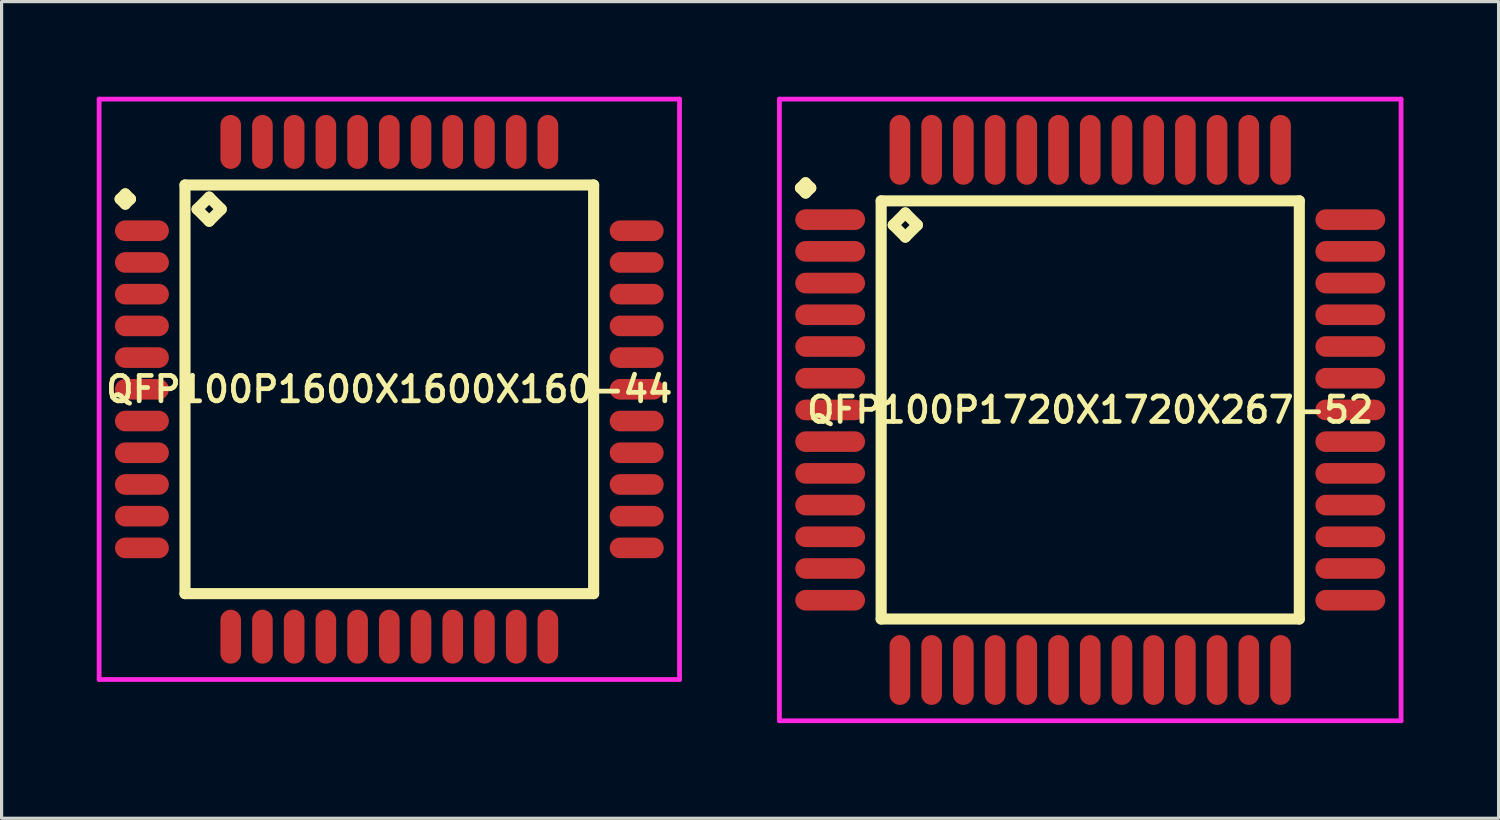
<source format=kicad_pcb>
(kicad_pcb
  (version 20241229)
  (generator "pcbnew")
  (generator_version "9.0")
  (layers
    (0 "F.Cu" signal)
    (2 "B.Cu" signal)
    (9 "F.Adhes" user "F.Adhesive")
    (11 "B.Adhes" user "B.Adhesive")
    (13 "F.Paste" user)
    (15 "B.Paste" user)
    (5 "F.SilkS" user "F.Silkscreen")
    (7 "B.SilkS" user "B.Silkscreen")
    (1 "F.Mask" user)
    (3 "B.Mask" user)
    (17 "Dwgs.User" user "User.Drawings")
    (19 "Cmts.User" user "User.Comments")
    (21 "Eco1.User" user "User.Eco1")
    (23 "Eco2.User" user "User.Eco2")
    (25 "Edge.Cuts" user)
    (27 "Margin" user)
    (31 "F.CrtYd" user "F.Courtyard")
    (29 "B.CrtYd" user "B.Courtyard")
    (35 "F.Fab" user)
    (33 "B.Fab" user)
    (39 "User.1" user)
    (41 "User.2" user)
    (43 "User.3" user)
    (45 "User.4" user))
  (footprint "QFP100P1600X1600X160-44"
    (layer "F.Cu")
    (at 9.225 9.225)
    (property "Reference" "QFP100P1600X1600X160-44" (at 0 0 0) (layer "F.SilkS") (effects (font (size 0.8 0.8) (thickness 0.15))))
    (attr smd)
    (fp_line (start -8.488 -6) (end -8.325 -6.162) (stroke (width 0.35) (type solid)) (layer "F.SilkS"))
    (fp_line (start -8.325 -6.162) (end -8.162 -6) (stroke (width 0.35) (type solid)) (layer "F.SilkS"))
    (fp_line (start -8.325 -5.838) (end -8.488 -6) (stroke (width 0.35) (type solid)) (layer "F.SilkS"))
    (fp_line (start -8.162 -6) (end -8.325 -5.838) (stroke (width 0.35) (type solid)) (layer "F.SilkS"))
    (fp_line (start -6.442 -6.442) (end -6.442 6.442) (stroke (width 0.35) (type solid)) (layer "F.SilkS"))
    (fp_line (start -6.442 6.442) (end 6.442 6.442) (stroke (width 0.35) (type solid)) (layer "F.SilkS"))
    (fp_line (start -6.061 -5.68) (end -5.68 -6.061) (stroke (width 0.35) (type solid)) (layer "F.SilkS"))
    (fp_line (start -5.68 -6.061) (end -5.299 -5.68) (stroke (width 0.35) (type solid)) (layer "F.SilkS"))
    (fp_line (start -5.68 -5.299) (end -6.061 -5.68) (stroke (width 0.35) (type solid)) (layer "F.SilkS"))
    (fp_line (start -5.299 -5.68) (end -5.68 -5.299) (stroke (width 0.35) (type solid)) (layer "F.SilkS"))
    (fp_line (start 6.442 -6.442) (end -6.442 -6.442) (stroke (width 0.35) (type solid)) (layer "F.SilkS"))
    (fp_line (start 6.442 6.442) (end 6.442 -6.442) (stroke (width 0.35) (type solid)) (layer "F.SilkS"))
    (fp_line (start -9.15 -9.15) (end 9.15 -9.15) (stroke (width 0.15) (type solid)) (layer "F.CrtYd"))
    (fp_line (start -9.15 9.15) (end -9.15 -9.15) (stroke (width 0.15) (type solid)) (layer "F.CrtYd"))
    (fp_line (start 9.15 -9.15) (end 9.15 9.15) (stroke (width 0.15) (type solid)) (layer "F.CrtYd"))
    (fp_line (start 9.15 9.15) (end -9.15 9.15) (stroke (width 0.15) (type solid)) (layer "F.CrtYd"))
    (pad "1" smd oval (at -7.8 -5) (size 1.7 0.65) (layers "F.Cu" "F.Mask" "F.Paste"))
    (pad "2" smd oval (at -7.8 -4) (size 1.7 0.65) (layers "F.Cu" "F.Mask" "F.Paste"))
    (pad "3" smd oval (at -7.8 -3) (size 1.7 0.65) (layers "F.Cu" "F.Mask" "F.Paste"))
    (pad "4" smd oval (at -7.8 -2) (size 1.7 0.65) (layers "F.Cu" "F.Mask" "F.Paste"))
    (pad "5" smd oval (at -7.8 -1) (size 1.7 0.65) (layers "F.Cu" "F.Mask" "F.Paste"))
    (pad "6" smd oval (at -7.8 0) (size 1.7 0.65) (layers "F.Cu" "F.Mask" "F.Paste"))
    (pad "7" smd oval (at -7.8 1) (size 1.7 0.65) (layers "F.Cu" "F.Mask" "F.Paste"))
    (pad "8" smd oval (at -7.8 2) (size 1.7 0.65) (layers "F.Cu" "F.Mask" "F.Paste"))
    (pad "9" smd oval (at -7.8 3) (size 1.7 0.65) (layers "F.Cu" "F.Mask" "F.Paste"))
    (pad "10" smd oval (at -7.8 4) (size 1.7 0.65) (layers "F.Cu" "F.Mask" "F.Paste"))
    (pad "11" smd oval (at -7.8 5) (size 1.7 0.65) (layers "F.Cu" "F.Mask" "F.Paste"))
    (pad "12" smd oval (at -5 7.8) (size 0.65 1.7) (layers "F.Cu" "F.Mask" "F.Paste"))
    (pad "13" smd oval (at -4 7.8) (size 0.65 1.7) (layers "F.Cu" "F.Mask" "F.Paste"))
    (pad "14" smd oval (at -3 7.8) (size 0.65 1.7) (layers "F.Cu" "F.Mask" "F.Paste"))
    (pad "15" smd oval (at -2 7.8) (size 0.65 1.7) (layers "F.Cu" "F.Mask" "F.Paste"))
    (pad "16" smd oval (at -1 7.8) (size 0.65 1.7) (layers "F.Cu" "F.Mask" "F.Paste"))
    (pad "17" smd oval (at 0 7.8) (size 0.65 1.7) (layers "F.Cu" "F.Mask" "F.Paste"))
    (pad "18" smd oval (at 1 7.8) (size 0.65 1.7) (layers "F.Cu" "F.Mask" "F.Paste"))
    (pad "19" smd oval (at 2 7.8) (size 0.65 1.7) (layers "F.Cu" "F.Mask" "F.Paste"))
    (pad "20" smd oval (at 3 7.8) (size 0.65 1.7) (layers "F.Cu" "F.Mask" "F.Paste"))
    (pad "21" smd oval (at 4 7.8) (size 0.65 1.7) (layers "F.Cu" "F.Mask" "F.Paste"))
    (pad "22" smd oval (at 5 7.8) (size 0.65 1.7) (layers "F.Cu" "F.Mask" "F.Paste"))
    (pad "23" smd oval (at 7.8 5) (size 1.7 0.65) (layers "F.Cu" "F.Mask" "F.Paste"))
    (pad "24" smd oval (at 7.8 4) (size 1.7 0.65) (layers "F.Cu" "F.Mask" "F.Paste"))
    (pad "25" smd oval (at 7.8 3) (size 1.7 0.65) (layers "F.Cu" "F.Mask" "F.Paste"))
    (pad "26" smd oval (at 7.8 2) (size 1.7 0.65) (layers "F.Cu" "F.Mask" "F.Paste"))
    (pad "27" smd oval (at 7.8 1) (size 1.7 0.65) (layers "F.Cu" "F.Mask" "F.Paste"))
    (pad "28" smd oval (at 7.8 0) (size 1.7 0.65) (layers "F.Cu" "F.Mask" "F.Paste"))
    (pad "29" smd oval (at 7.8 -1) (size 1.7 0.65) (layers "F.Cu" "F.Mask" "F.Paste"))
    (pad "30" smd oval (at 7.8 -2) (size 1.7 0.65) (layers "F.Cu" "F.Mask" "F.Paste"))
    (pad "31" smd oval (at 7.8 -3) (size 1.7 0.65) (layers "F.Cu" "F.Mask" "F.Paste"))
    (pad "32" smd oval (at 7.8 -4) (size 1.7 0.65) (layers "F.Cu" "F.Mask" "F.Paste"))
    (pad "33" smd oval (at 7.8 -5) (size 1.7 0.65) (layers "F.Cu" "F.Mask" "F.Paste"))
    (pad "34" smd oval (at 5 -7.8) (size 0.65 1.7) (layers "F.Cu" "F.Mask" "F.Paste"))
    (pad "35" smd oval (at 4 -7.8) (size 0.65 1.7) (layers "F.Cu" "F.Mask" "F.Paste"))
    (pad "36" smd oval (at 3 -7.8) (size 0.65 1.7) (layers "F.Cu" "F.Mask" "F.Paste"))
    (pad "37" smd oval (at 2 -7.8) (size 0.65 1.7) (layers "F.Cu" "F.Mask" "F.Paste"))
    (pad "38" smd oval (at 1 -7.8) (size 0.65 1.7) (layers "F.Cu" "F.Mask" "F.Paste"))
    (pad "39" smd oval (at 0 -7.8) (size 0.65 1.7) (layers "F.Cu" "F.Mask" "F.Paste"))
    (pad "40" smd oval (at -1 -7.8) (size 0.65 1.7) (layers "F.Cu" "F.Mask" "F.Paste"))
    (pad "41" smd oval (at -2 -7.8) (size 0.65 1.7) (layers "F.Cu" "F.Mask" "F.Paste"))
    (pad "42" smd oval (at -3 -7.8) (size 0.65 1.7) (layers "F.Cu" "F.Mask" "F.Paste"))
    (pad "43" smd oval (at -4 -7.8) (size 0.65 1.7) (layers "F.Cu" "F.Mask" "F.Paste"))
    (pad "44" smd oval (at -5 -7.8) (size 0.65 1.7) (layers "F.Cu" "F.Mask" "F.Paste")))
  (footprint "QFP100P1720X1720X267-52"
    (layer "F.Cu")
    (at 31.325 9.875)
    (property "Reference" "QFP100P1720X1720X267-52" (at 0 0 0) (layer "F.SilkS") (effects (font (size 0.8 0.8) (thickness 0.15))))
    (attr smd)
    (fp_line (start -9.137 -7) (end -8.975 -7.162) (stroke (width 0.35) (type solid)) (layer "F.SilkS"))
    (fp_line (start -8.975 -7.162) (end -8.812 -7) (stroke (width 0.35) (type solid)) (layer "F.SilkS"))
    (fp_line (start -8.975 -6.838) (end -9.137 -7) (stroke (width 0.35) (type solid)) (layer "F.SilkS"))
    (fp_line (start -8.812 -7) (end -8.975 -6.838) (stroke (width 0.35) (type solid)) (layer "F.SilkS"))
    (fp_line (start -6.592 -6.592) (end -6.592 6.592) (stroke (width 0.35) (type solid)) (layer "F.SilkS"))
    (fp_line (start -6.592 6.592) (end 6.592 6.592) (stroke (width 0.35) (type solid)) (layer "F.SilkS"))
    (fp_line (start -6.211 -5.83) (end -5.83 -6.211) (stroke (width 0.35) (type solid)) (layer "F.SilkS"))
    (fp_line (start -5.83 -6.211) (end -5.449 -5.83) (stroke (width 0.35) (type solid)) (layer "F.SilkS"))
    (fp_line (start -5.83 -5.449) (end -6.211 -5.83) (stroke (width 0.35) (type solid)) (layer "F.SilkS"))
    (fp_line (start -5.449 -5.83) (end -5.83 -5.449) (stroke (width 0.35) (type solid)) (layer "F.SilkS"))
    (fp_line (start 6.592 -6.592) (end -6.592 -6.592) (stroke (width 0.35) (type solid)) (layer "F.SilkS"))
    (fp_line (start 6.592 6.592) (end 6.592 -6.592) (stroke (width 0.35) (type solid)) (layer "F.SilkS"))
    (fp_line (start -9.8 -9.8) (end 9.8 -9.8) (stroke (width 0.15) (type solid)) (layer "F.CrtYd"))
    (fp_line (start -9.8 9.8) (end -9.8 -9.8) (stroke (width 0.15) (type solid)) (layer "F.CrtYd"))
    (fp_line (start 9.8 -9.8) (end 9.8 9.8) (stroke (width 0.15) (type solid)) (layer "F.CrtYd"))
    (fp_line (start 9.8 9.8) (end -9.8 9.8) (stroke (width 0.15) (type solid)) (layer "F.CrtYd"))
    (pad "1" smd oval (at -8.2 -6) (size 2.2 0.65) (layers "F.Cu" "F.Mask" "F.Paste"))
    (pad "2" smd oval (at -8.2 -5) (size 2.2 0.65) (layers "F.Cu" "F.Mask" "F.Paste"))
    (pad "3" smd oval (at -8.2 -4) (size 2.2 0.65) (layers "F.Cu" "F.Mask" "F.Paste"))
    (pad "4" smd oval (at -8.2 -3) (size 2.2 0.65) (layers "F.Cu" "F.Mask" "F.Paste"))
    (pad "5" smd oval (at -8.2 -2) (size 2.2 0.65) (layers "F.Cu" "F.Mask" "F.Paste"))
    (pad "6" smd oval (at -8.2 -1) (size 2.2 0.65) (layers "F.Cu" "F.Mask" "F.Paste"))
    (pad "7" smd oval (at -8.2 0) (size 2.2 0.65) (layers "F.Cu" "F.Mask" "F.Paste"))
    (pad "8" smd oval (at -8.2 1) (size 2.2 0.65) (layers "F.Cu" "F.Mask" "F.Paste"))
    (pad "9" smd oval (at -8.2 2) (size 2.2 0.65) (layers "F.Cu" "F.Mask" "F.Paste"))
    (pad "10" smd oval (at -8.2 3) (size 2.2 0.65) (layers "F.Cu" "F.Mask" "F.Paste"))
    (pad "11" smd oval (at -8.2 4) (size 2.2 0.65) (layers "F.Cu" "F.Mask" "F.Paste"))
    (pad "12" smd oval (at -8.2 5) (size 2.2 0.65) (layers "F.Cu" "F.Mask" "F.Paste"))
    (pad "13" smd oval (at -8.2 6) (size 2.2 0.65) (layers "F.Cu" "F.Mask" "F.Paste"))
    (pad "14" smd oval (at -6 8.2) (size 0.65 2.2) (layers "F.Cu" "F.Mask" "F.Paste"))
    (pad "15" smd oval (at -5 8.2) (size 0.65 2.2) (layers "F.Cu" "F.Mask" "F.Paste"))
    (pad "16" smd oval (at -4 8.2) (size 0.65 2.2) (layers "F.Cu" "F.Mask" "F.Paste"))
    (pad "17" smd oval (at -3 8.2) (size 0.65 2.2) (layers "F.Cu" "F.Mask" "F.Paste"))
    (pad "18" smd oval (at -2 8.2) (size 0.65 2.2) (layers "F.Cu" "F.Mask" "F.Paste"))
    (pad "19" smd oval (at -1 8.2) (size 0.65 2.2) (layers "F.Cu" "F.Mask" "F.Paste"))
    (pad "20" smd oval (at 0 8.2) (size 0.65 2.2) (layers "F.Cu" "F.Mask" "F.Paste"))
    (pad "21" smd oval (at 1 8.2) (size 0.65 2.2) (layers "F.Cu" "F.Mask" "F.Paste"))
    (pad "22" smd oval (at 2 8.2) (size 0.65 2.2) (layers "F.Cu" "F.Mask" "F.Paste"))
    (pad "23" smd oval (at 3 8.2) (size 0.65 2.2) (layers "F.Cu" "F.Mask" "F.Paste"))
    (pad "24" smd oval (at 4 8.2) (size 0.65 2.2) (layers "F.Cu" "F.Mask" "F.Paste"))
    (pad "25" smd oval (at 5 8.2) (size 0.65 2.2) (layers "F.Cu" "F.Mask" "F.Paste"))
    (pad "26" smd oval (at 6 8.2) (size 0.65 2.2) (layers "F.Cu" "F.Mask" "F.Paste"))
    (pad "27" smd oval (at 8.2 6) (size 2.2 0.65) (layers "F.Cu" "F.Mask" "F.Paste"))
    (pad "28" smd oval (at 8.2 5) (size 2.2 0.65) (layers "F.Cu" "F.Mask" "F.Paste"))
    (pad "29" smd oval (at 8.2 4) (size 2.2 0.65) (layers "F.Cu" "F.Mask" "F.Paste"))
    (pad "30" smd oval (at 8.2 3) (size 2.2 0.65) (layers "F.Cu" "F.Mask" "F.Paste"))
    (pad "31" smd oval (at 8.2 2) (size 2.2 0.65) (layers "F.Cu" "F.Mask" "F.Paste"))
    (pad "32" smd oval (at 8.2 1) (size 2.2 0.65) (layers "F.Cu" "F.Mask" "F.Paste"))
    (pad "33" smd oval (at 8.2 0) (size 2.2 0.65) (layers "F.Cu" "F.Mask" "F.Paste"))
    (pad "34" smd oval (at 8.2 -1) (size 2.2 0.65) (layers "F.Cu" "F.Mask" "F.Paste"))
    (pad "35" smd oval (at 8.2 -2) (size 2.2 0.65) (layers "F.Cu" "F.Mask" "F.Paste"))
    (pad "36" smd oval (at 8.2 -3) (size 2.2 0.65) (layers "F.Cu" "F.Mask" "F.Paste"))
    (pad "37" smd oval (at 8.2 -4) (size 2.2 0.65) (layers "F.Cu" "F.Mask" "F.Paste"))
    (pad "38" smd oval (at 8.2 -5) (size 2.2 0.65) (layers "F.Cu" "F.Mask" "F.Paste"))
    (pad "39" smd oval (at 8.2 -6) (size 2.2 0.65) (layers "F.Cu" "F.Mask" "F.Paste"))
    (pad "40" smd oval (at 6 -8.2) (size 0.65 2.2) (layers "F.Cu" "F.Mask" "F.Paste"))
    (pad "41" smd oval (at 5 -8.2) (size 0.65 2.2) (layers "F.Cu" "F.Mask" "F.Paste"))
    (pad "42" smd oval (at 4 -8.2) (size 0.65 2.2) (layers "F.Cu" "F.Mask" "F.Paste"))
    (pad "43" smd oval (at 3 -8.2) (size 0.65 2.2) (layers "F.Cu" "F.Mask" "F.Paste"))
    (pad "44" smd oval (at 2 -8.2) (size 0.65 2.2) (layers "F.Cu" "F.Mask" "F.Paste"))
    (pad "45" smd oval (at 1 -8.2) (size 0.65 2.2) (layers "F.Cu" "F.Mask" "F.Paste"))
    (pad "46" smd oval (at 0 -8.2) (size 0.65 2.2) (layers "F.Cu" "F.Mask" "F.Paste"))
    (pad "47" smd oval (at -1 -8.2) (size 0.65 2.2) (layers "F.Cu" "F.Mask" "F.Paste"))
    (pad "48" smd oval (at -2 -8.2) (size 0.65 2.2) (layers "F.Cu" "F.Mask" "F.Paste"))
    (pad "49" smd oval (at -3 -8.2) (size 0.65 2.2) (layers "F.Cu" "F.Mask" "F.Paste"))
    (pad "50" smd oval (at -4 -8.2) (size 0.65 2.2) (layers "F.Cu" "F.Mask" "F.Paste"))
    (pad "51" smd oval (at -5 -8.2) (size 0.65 2.2) (layers "F.Cu" "F.Mask" "F.Paste"))
    (pad "52" smd oval (at -6 -8.2) (size 0.65 2.2) (layers "F.Cu" "F.Mask" "F.Paste")))
  (gr_rect
    (start -3 -3)
    (end 44.2 22.75)
    (stroke (width 0.1) (type default))
    (fill no)
    (layer "Edge.Cuts")))
</source>
